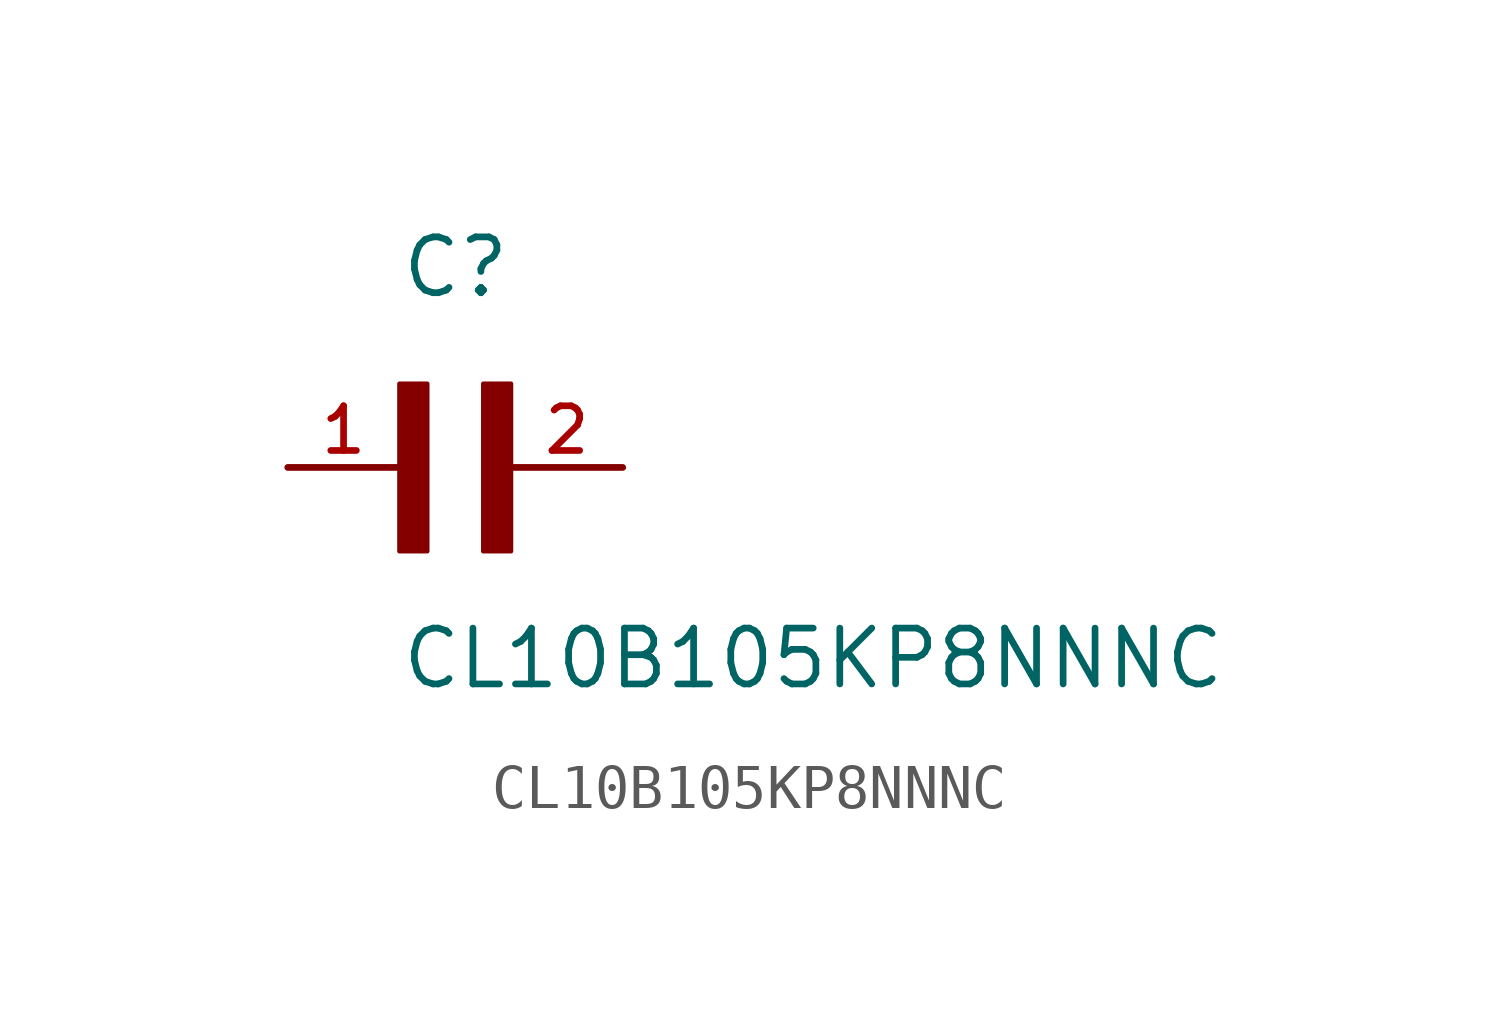
<source format=kicad_sym>
(kicad_symbol_lib
  (version 20211014)
  (generator kicad_symbol_editor)
  (symbol "CL10B105KP8NNNC"
    (pin_names
      (offset 1.016))
    (property "Reference" "C"
      (at 0.0 3.811 0)
      (effects (font (size 1.27 1.27)) (justify bottom left)))
    (property "Value" "CL10B105KP8NNNC"
      (at 0.0 -5.088 0)
      (effects (font (size 1.27 1.27)) (justify bottom left)))
    (symbol "CL10B105KP8NNNC_0_0"
      (rectangle (start 0.0 -1.907) (end 0.635 1.905) (stroke (width 0.1)) (fill (type outline)))
      (rectangle (start 1.907 -1.907) (end 2.54 1.905) (stroke (width 0.1)) (fill (type outline)))
      (pin passive line (at -2.54 0.0 0) (length 2.54) (name "~" (effects (font (size 1.016 1.016)))) (number "1" (effects (font (size 1.016 1.016)))))
      (pin passive line (at 5.08 0.0 180.0) (length 2.54) (name "~" (effects (font (size 1.016 1.016)))) (number "2" (effects (font (size 1.016 1.016))))))))
</source>
